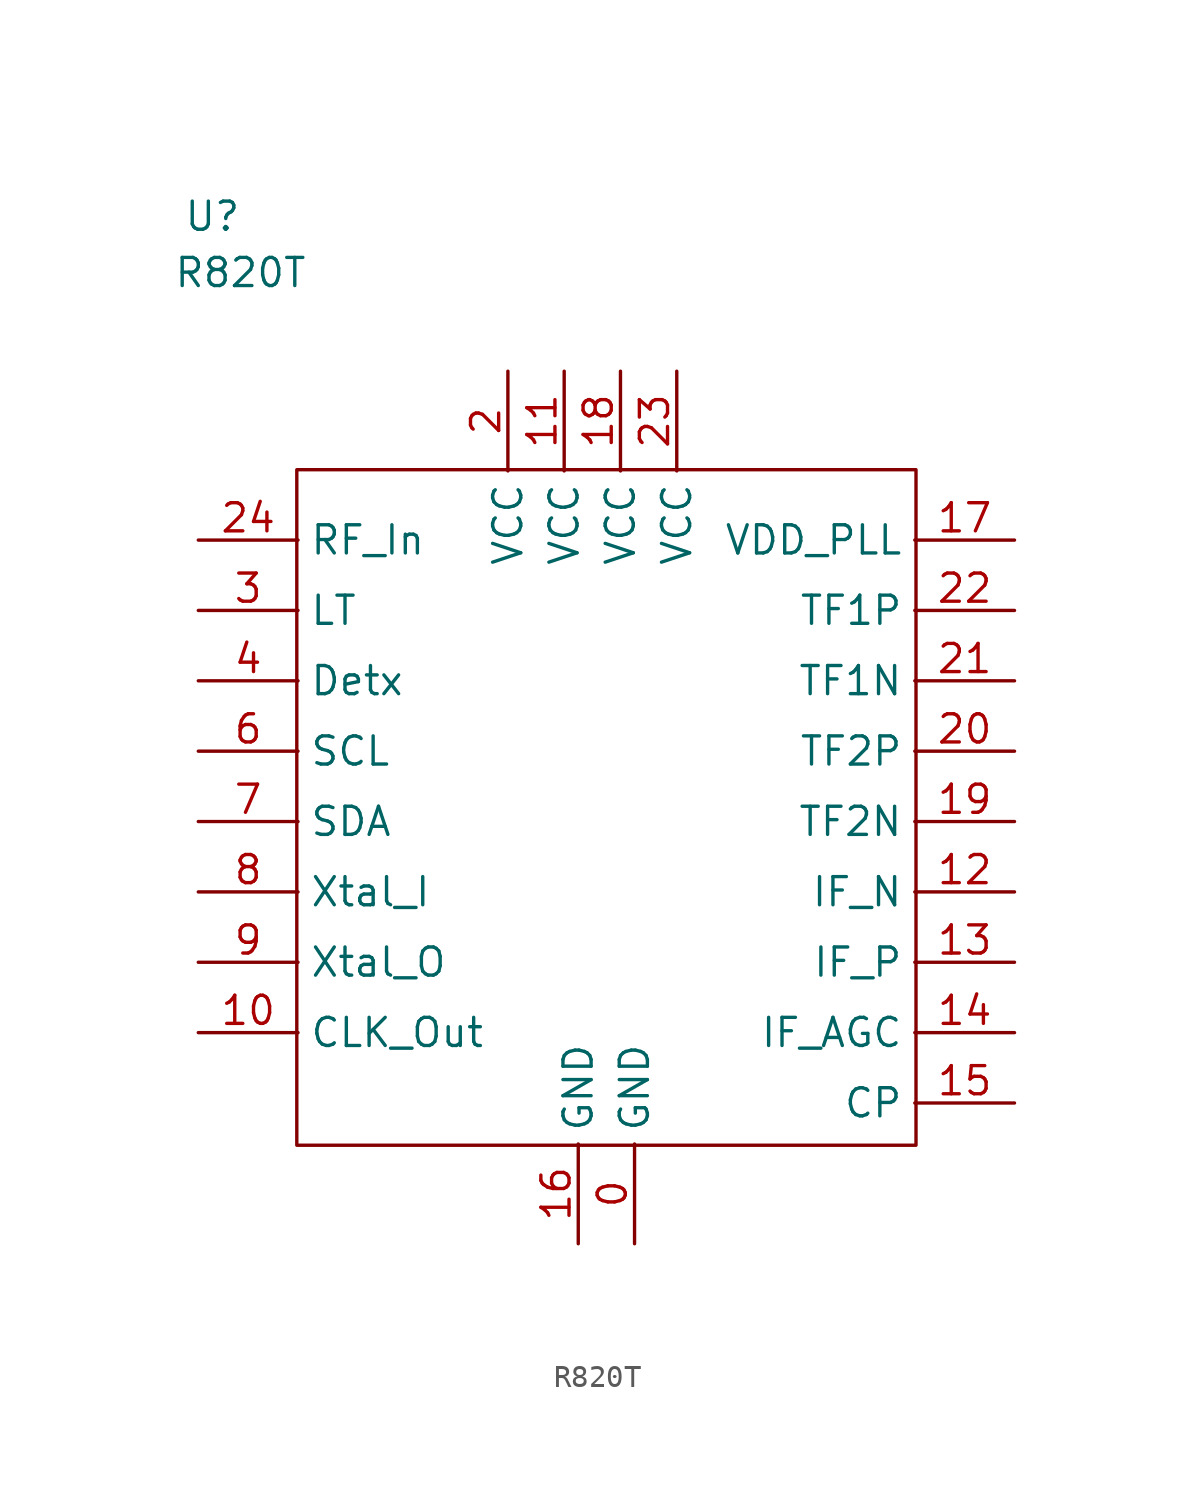
<source format=kicad_sym>
(kicad_symbol_lib
  (version 20220914)
  (generator kicad_symbol_editor)
  (symbol "R820T"
    (property "Reference" "U"
      (at -21.59 29.21 0)
      (effects (font (size 1.27 1.27))))
    (property "Value" "R820T"
      (at -20.32 26.67 0)
      (effects (font (size 1.27 1.27))))
    (symbol "R820T_0_1"
      (rectangle (start -17.78 17.78) (end 10.16 -12.7) (stroke (width 0) (type default)) (fill (type none))))
    (symbol "R820T_1_1"
      (pin power_out line (at -2.54 -17.145 90) (length 4.5) (name "GND" (effects (font (size 1.27 1.27)))) (number "0" (effects (font (size 1.27 1.27)))))
      (pin output line (at -22.225 -7.62 0) (length 4.5) (name "CLK_Out" (effects (font (size 1.27 1.27)))) (number "10" (effects (font (size 1.27 1.27)))))
      (pin power_in line (at -5.715 22.225 270) (length 4.5) (name "VCC" (effects (font (size 1.27 1.27)))) (number "11" (effects (font (size 1.27 1.27)))))
      (pin input line (at 14.605 -1.27 180) (length 4.5) (name "IF_N" (effects (font (size 1.27 1.27)))) (number "12" (effects (font (size 1.27 1.27)))))
      (pin output line (at 14.605 -4.445 180) (length 4.5) (name "IF_P" (effects (font (size 1.27 1.27)))) (number "13" (effects (font (size 1.27 1.27)))))
      (pin input line (at 14.605 -7.62 180) (length 4.5) (name "IF_AGC" (effects (font (size 1.27 1.27)))) (number "14" (effects (font (size 1.27 1.27)))))
      (pin unspecified line (at 14.605 -10.795 180) (length 4.5) (name "CP" (effects (font (size 1.27 1.27)))) (number "15" (effects (font (size 1.27 1.27)))))
      (pin power_out line (at -5.08 -17.145 90) (length 4.5) (name "GND" (effects (font (size 1.27 1.27)))) (number "16" (effects (font (size 1.27 1.27)))))
      (pin output line (at 14.605 14.605 180) (length 4.5) (name "VDD_PLL" (effects (font (size 1.27 1.27)))) (number "17" (effects (font (size 1.27 1.27)))))
      (pin power_in line (at -3.175 22.225 270) (length 4.5) (name "VCC" (effects (font (size 1.27 1.27)))) (number "18" (effects (font (size 1.27 1.27)))))
      (pin input line (at 14.605 1.905 180) (length 4.5) (name "TF2N" (effects (font (size 1.27 1.27)))) (number "19" (effects (font (size 1.27 1.27)))))
      (pin power_in line (at -8.255 22.225 270) (length 4.5) (name "VCC" (effects (font (size 1.27 1.27)))) (number "2" (effects (font (size 1.27 1.27)))))
      (pin output line (at 14.605 5.08 180) (length 4.5) (name "TF2P" (effects (font (size 1.27 1.27)))) (number "20" (effects (font (size 1.27 1.27)))))
      (pin input line (at 14.605 8.255 180) (length 4.5) (name "TF1N" (effects (font (size 1.27 1.27)))) (number "21" (effects (font (size 1.27 1.27)))))
      (pin output line (at 14.605 11.43 180) (length 4.5) (name "TF1P" (effects (font (size 1.27 1.27)))) (number "22" (effects (font (size 1.27 1.27)))))
      (pin power_in line (at -0.635 22.225 270) (length 4.5) (name "VCC" (effects (font (size 1.27 1.27)))) (number "23" (effects (font (size 1.27 1.27)))))
      (pin input line (at -22.225 14.605 0) (length 4.5) (name "RF_In" (effects (font (size 1.27 1.27)))) (number "24" (effects (font (size 1.27 1.27)))))
      (pin output line (at -22.225 11.43 0) (length 4.5) (name "LT" (effects (font (size 1.27 1.27)))) (number "3" (effects (font (size 1.27 1.27)))))
      (pin passive line (at -22.225 8.255 0) (length 4.5) (name "Detx" (effects (font (size 1.27 1.27)))) (number "4" (effects (font (size 1.27 1.27)))))
      (pin input line (at -22.225 5.08 0) (length 4.5) (name "SCL" (effects (font (size 1.27 1.27)))) (number "6" (effects (font (size 1.27 1.27)))))
      (pin bidirectional line (at -22.225 1.905 0) (length 4.5) (name "SDA" (effects (font (size 1.27 1.27)))) (number "7" (effects (font (size 1.27 1.27)))))
      (pin input line (at -22.225 -1.27 0) (length 4.5) (name "Xtal_I" (effects (font (size 1.27 1.27)))) (number "8" (effects (font (size 1.27 1.27)))))
      (pin output line (at -22.225 -4.445 0) (length 4.5) (name "Xtal_O" (effects (font (size 1.27 1.27)))) (number "9" (effects (font (size 1.27 1.27))))))))
</source>
